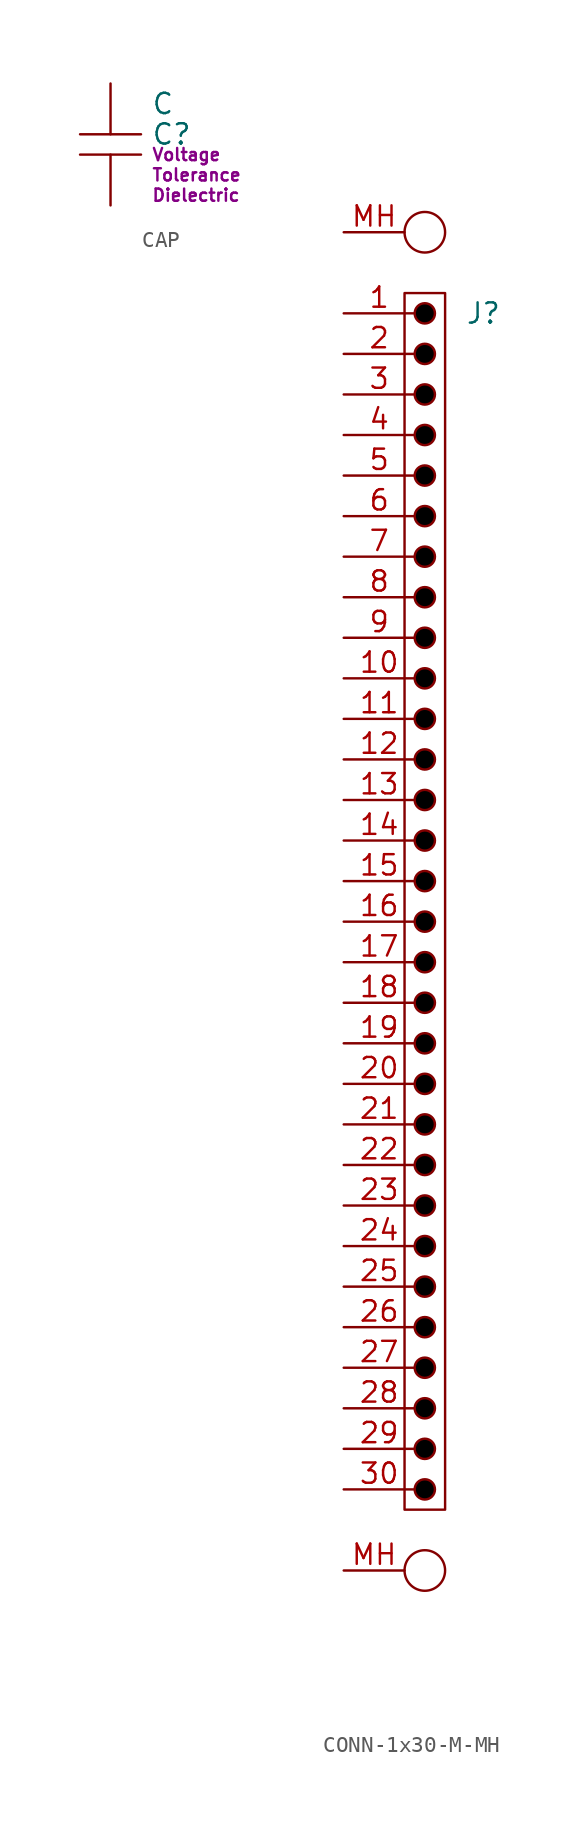
<source format=kicad_sym>
(kicad_symbol_lib
  (version 20231120)
  (generator "kicad_symbol_editor")
  (generator_version "8.0")
  (symbol "CAP"
    (pin_numbers hide)
    (pin_names
      (offset 0) hide)
    (property "Reference" "C"
      (at 2.54 -3.175 0)
      (effects (font (size 1.27 1.27)) (justify left)))
    (property "Value" "C"
      (at 2.54 -1.27 0)
      (effects (font (size 1.27 1.27)) (justify left)))
    (property "Voltage" "Voltage"
      (at 2.54 -4.445 0)
      (effects (font (size 0.762 0.762)) (justify left)))
    (property "Dielectric" "Dielectric"
      (at 2.54 -6.985 0)
      (effects (font (size 0.762 0.762)) (justify left)))
    (property "Tolerance" "Tolerance"
      (at 2.54 -5.715 0)
      (effects (font (size 0.762 0.762)) (justify left)))
    (symbol "CAP_0_1"
      (polyline (pts (xy -1.905 -4.445) (xy 1.905 -4.445)) (stroke (width 0) (type default)) (fill (type none)))
      (polyline (pts (xy 1.905 -3.175) (xy -1.905 -3.175)) (stroke (width 0) (type default)) (fill (type none))))
    (symbol "CAP_1_1"
      (pin passive line (at 0 0 270) (length 3.175) (name "1" (effects (font (size 1.27 1.27)))) (number "1" (effects (font (size 1.27 1.27)))))
      (pin passive line (at 0 -7.62 90) (length 3.175) (name "2" (effects (font (size 1.27 1.27)))) (number "2" (effects (font (size 1.27 1.27)))))))
  (symbol "CONN-1x30-M-MH"
    (pin_names
      (offset 0) hide)
    (property "Reference" "J"
      (at 7.62 0 0)
      (effects (font (size 1.27 1.27)) (justify left)))
    (property "Value" "${Manufacturer Part Number}"
      (at 7.62 -1.905 0)
      (effects (font (size 1.27 1.27)) (justify left)))
    (property "Manufacturer" ""
      (at 7.62 -2.54 0)
      (effects (font (size 0.762 0.762)) (justify left)))
    (property "Manufacturer Part Number" ""
      (at 7.62 -1.27 0)
      (effects (font (size 0.762 0.762)) (justify left)))
    (symbol "CONN-1x30-M-MH_0_1"
      (rectangle (start 3.81 1.27) (end 6.35 -74.93) (stroke (width 0) (type default)) (fill (type none))))
    (symbol "CONN-1x30-M-MH_1_1"
      (circle (center 5.08 -78.74) (radius 1.27) (stroke (width 0) (type default)) (fill (type none)))
      (circle (center 5.08 -73.66) (radius 0.635) (stroke (width 0) (type default)) (fill (type color) (color 0 0 0 1)))
      (circle (center 5.08 -71.12) (radius 0.635) (stroke (width 0) (type default)) (fill (type color) (color 0 0 0 1)))
      (circle (center 5.08 -68.58) (radius 0.635) (stroke (width 0) (type default)) (fill (type color) (color 0 0 0 1)))
      (circle (center 5.08 -66.04) (radius 0.635) (stroke (width 0) (type default)) (fill (type color) (color 0 0 0 1)))
      (circle (center 5.08 -63.5) (radius 0.635) (stroke (width 0) (type default)) (fill (type color) (color 0 0 0 1)))
      (circle (center 5.08 -60.96) (radius 0.635) (stroke (width 0) (type default)) (fill (type color) (color 0 0 0 1)))
      (circle (center 5.08 -58.42) (radius 0.635) (stroke (width 0) (type default)) (fill (type color) (color 0 0 0 1)))
      (circle (center 5.08 -55.88) (radius 0.635) (stroke (width 0) (type default)) (fill (type color) (color 0 0 0 1)))
      (circle (center 5.08 -53.34) (radius 0.635) (stroke (width 0) (type default)) (fill (type color) (color 0 0 0 1)))
      (circle (center 5.08 -50.8) (radius 0.635) (stroke (width 0) (type default)) (fill (type color) (color 0 0 0 1)))
      (circle (center 5.08 -48.26) (radius 0.635) (stroke (width 0) (type default)) (fill (type color) (color 0 0 0 1)))
      (circle (center 5.08 -45.72) (radius 0.635) (stroke (width 0) (type default)) (fill (type color) (color 0 0 0 1)))
      (circle (center 5.08 -43.18) (radius 0.635) (stroke (width 0) (type default)) (fill (type color) (color 0 0 0 1)))
      (circle (center 5.08 -40.64) (radius 0.635) (stroke (width 0) (type default)) (fill (type color) (color 0 0 0 1)))
      (circle (center 5.08 -38.1) (radius 0.635) (stroke (width 0) (type default)) (fill (type color) (color 0 0 0 1)))
      (circle (center 5.08 -35.56) (radius 0.635) (stroke (width 0) (type default)) (fill (type color) (color 0 0 0 1)))
      (circle (center 5.08 -33.02) (radius 0.635) (stroke (width 0) (type default)) (fill (type color) (color 0 0 0 1)))
      (circle (center 5.08 -30.48) (radius 0.635) (stroke (width 0) (type default)) (fill (type color) (color 0 0 0 1)))
      (circle (center 5.08 -27.94) (radius 0.635) (stroke (width 0) (type default)) (fill (type color) (color 0 0 0 1)))
      (circle (center 5.08 -25.4) (radius 0.635) (stroke (width 0) (type default)) (fill (type color) (color 0 0 0 1)))
      (circle (center 5.08 -22.86) (radius 0.635) (stroke (width 0) (type default)) (fill (type color) (color 0 0 0 1)))
      (circle (center 5.08 -20.32) (radius 0.635) (stroke (width 0) (type default)) (fill (type color) (color 0 0 0 1)))
      (circle (center 5.08 -17.78) (radius 0.635) (stroke (width 0) (type default)) (fill (type color) (color 0 0 0 1)))
      (circle (center 5.08 -15.24) (radius 0.635) (stroke (width 0) (type default)) (fill (type color) (color 0 0 0 1)))
      (circle (center 5.08 -12.7) (radius 0.635) (stroke (width 0) (type default)) (fill (type color) (color 0 0 0 1)))
      (circle (center 5.08 -10.16) (radius 0.635) (stroke (width 0) (type default)) (fill (type color) (color 0 0 0 1)))
      (circle (center 5.08 -7.62) (radius 0.635) (stroke (width 0) (type default)) (fill (type color) (color 0 0 0 1)))
      (circle (center 5.08 -5.08) (radius 0.635) (stroke (width 0) (type default)) (fill (type color) (color 0 0 0 1)))
      (circle (center 5.08 -2.54) (radius 0.635) (stroke (width 0) (type default)) (fill (type color) (color 0 0 0 1)))
      (circle (center 5.08 0) (radius 0.635) (stroke (width 0) (type default)) (fill (type color) (color 0 0 0 1)))
      (circle (center 5.08 5.08) (radius 1.27) (stroke (width 0) (type default)) (fill (type none)))
      (pin passive line (at 0 0 0) (length 4.445) (name "1" (effects (font (size 1.27 1.27)))) (number "1" (effects (font (size 1.27 1.27)))))
      (pin passive line (at 0 -22.86 0) (length 4.445) (name "10" (effects (font (size 1.27 1.27)))) (number "10" (effects (font (size 1.27 1.27)))))
      (pin passive line (at 0 -25.4 0) (length 4.445) (name "11" (effects (font (size 1.27 1.27)))) (number "11" (effects (font (size 1.27 1.27)))))
      (pin passive line (at 0 -27.94 0) (length 4.445) (name "12" (effects (font (size 1.27 1.27)))) (number "12" (effects (font (size 1.27 1.27)))))
      (pin passive line (at 0 -30.48 0) (length 4.445) (name "13" (effects (font (size 1.27 1.27)))) (number "13" (effects (font (size 1.27 1.27)))))
      (pin passive line (at 0 -33.02 0) (length 4.445) (name "14" (effects (font (size 1.27 1.27)))) (number "14" (effects (font (size 1.27 1.27)))))
      (pin passive line (at 0 -35.56 0) (length 4.445) (name "15" (effects (font (size 1.27 1.27)))) (number "15" (effects (font (size 1.27 1.27)))))
      (pin passive line (at 0 -38.1 0) (length 4.445) (name "16" (effects (font (size 1.27 1.27)))) (number "16" (effects (font (size 1.27 1.27)))))
      (pin passive line (at 0 -40.64 0) (length 4.445) (name "17" (effects (font (size 1.27 1.27)))) (number "17" (effects (font (size 1.27 1.27)))))
      (pin passive line (at 0 -43.18 0) (length 4.445) (name "18" (effects (font (size 1.27 1.27)))) (number "18" (effects (font (size 1.27 1.27)))))
      (pin passive line (at 0 -45.72 0) (length 4.445) (name "19" (effects (font (size 1.27 1.27)))) (number "19" (effects (font (size 1.27 1.27)))))
      (pin passive line (at 0 -2.54 0) (length 4.445) (name "2" (effects (font (size 1.27 1.27)))) (number "2" (effects (font (size 1.27 1.27)))))
      (pin passive line (at 0 -48.26 0) (length 4.445) (name "20" (effects (font (size 1.27 1.27)))) (number "20" (effects (font (size 1.27 1.27)))))
      (pin passive line (at 0 -50.8 0) (length 4.445) (name "21" (effects (font (size 1.27 1.27)))) (number "21" (effects (font (size 1.27 1.27)))))
      (pin passive line (at 0 -53.34 0) (length 4.445) (name "22" (effects (font (size 1.27 1.27)))) (number "22" (effects (font (size 1.27 1.27)))))
      (pin passive line (at 0 -55.88 0) (length 4.445) (name "23" (effects (font (size 1.27 1.27)))) (number "23" (effects (font (size 1.27 1.27)))))
      (pin passive line (at 0 -58.42 0) (length 4.445) (name "24" (effects (font (size 1.27 1.27)))) (number "24" (effects (font (size 1.27 1.27)))))
      (pin passive line (at 0 -60.96 0) (length 4.445) (name "25" (effects (font (size 1.27 1.27)))) (number "25" (effects (font (size 1.27 1.27)))))
      (pin passive line (at 0 -63.5 0) (length 4.445) (name "26" (effects (font (size 1.27 1.27)))) (number "26" (effects (font (size 1.27 1.27)))))
      (pin passive line (at 0 -66.04 0) (length 4.445) (name "27" (effects (font (size 1.27 1.27)))) (number "27" (effects (font (size 1.27 1.27)))))
      (pin passive line (at 0 -68.58 0) (length 4.445) (name "28" (effects (font (size 1.27 1.27)))) (number "28" (effects (font (size 1.27 1.27)))))
      (pin passive line (at 0 -71.12 0) (length 4.445) (name "29" (effects (font (size 1.27 1.27)))) (number "29" (effects (font (size 1.27 1.27)))))
      (pin passive line (at 0 -5.08 0) (length 4.445) (name "3" (effects (font (size 1.27 1.27)))) (number "3" (effects (font (size 1.27 1.27)))))
      (pin passive line (at 0 -73.66 0) (length 4.445) (name "30" (effects (font (size 1.27 1.27)))) (number "30" (effects (font (size 1.27 1.27)))))
      (pin passive line (at 0 -7.62 0) (length 4.445) (name "4" (effects (font (size 1.27 1.27)))) (number "4" (effects (font (size 1.27 1.27)))))
      (pin passive line (at 0 -10.16 0) (length 4.445) (name "5" (effects (font (size 1.27 1.27)))) (number "5" (effects (font (size 1.27 1.27)))))
      (pin passive line (at 0 -12.7 0) (length 4.445) (name "6" (effects (font (size 1.27 1.27)))) (number "6" (effects (font (size 1.27 1.27)))))
      (pin passive line (at 0 -15.24 0) (length 4.445) (name "7" (effects (font (size 1.27 1.27)))) (number "7" (effects (font (size 1.27 1.27)))))
      (pin passive line (at 0 -17.78 0) (length 4.445) (name "8" (effects (font (size 1.27 1.27)))) (number "8" (effects (font (size 1.27 1.27)))))
      (pin passive line (at 0 -20.32 0) (length 4.445) (name "9" (effects (font (size 1.27 1.27)))) (number "9" (effects (font (size 1.27 1.27)))))
      (pin passive line (at 0 -78.74 0) (length 3.81) (name "MH" (effects (font (size 1.27 1.27)))) (number "MH" (effects (font (size 1.27 1.27)))))
      (pin passive line (at 0 5.08 0) (length 3.81) (name "MH" (effects (font (size 1.27 1.27)))) (number "MH" (effects (font (size 1.27 1.27))))))))
</source>
